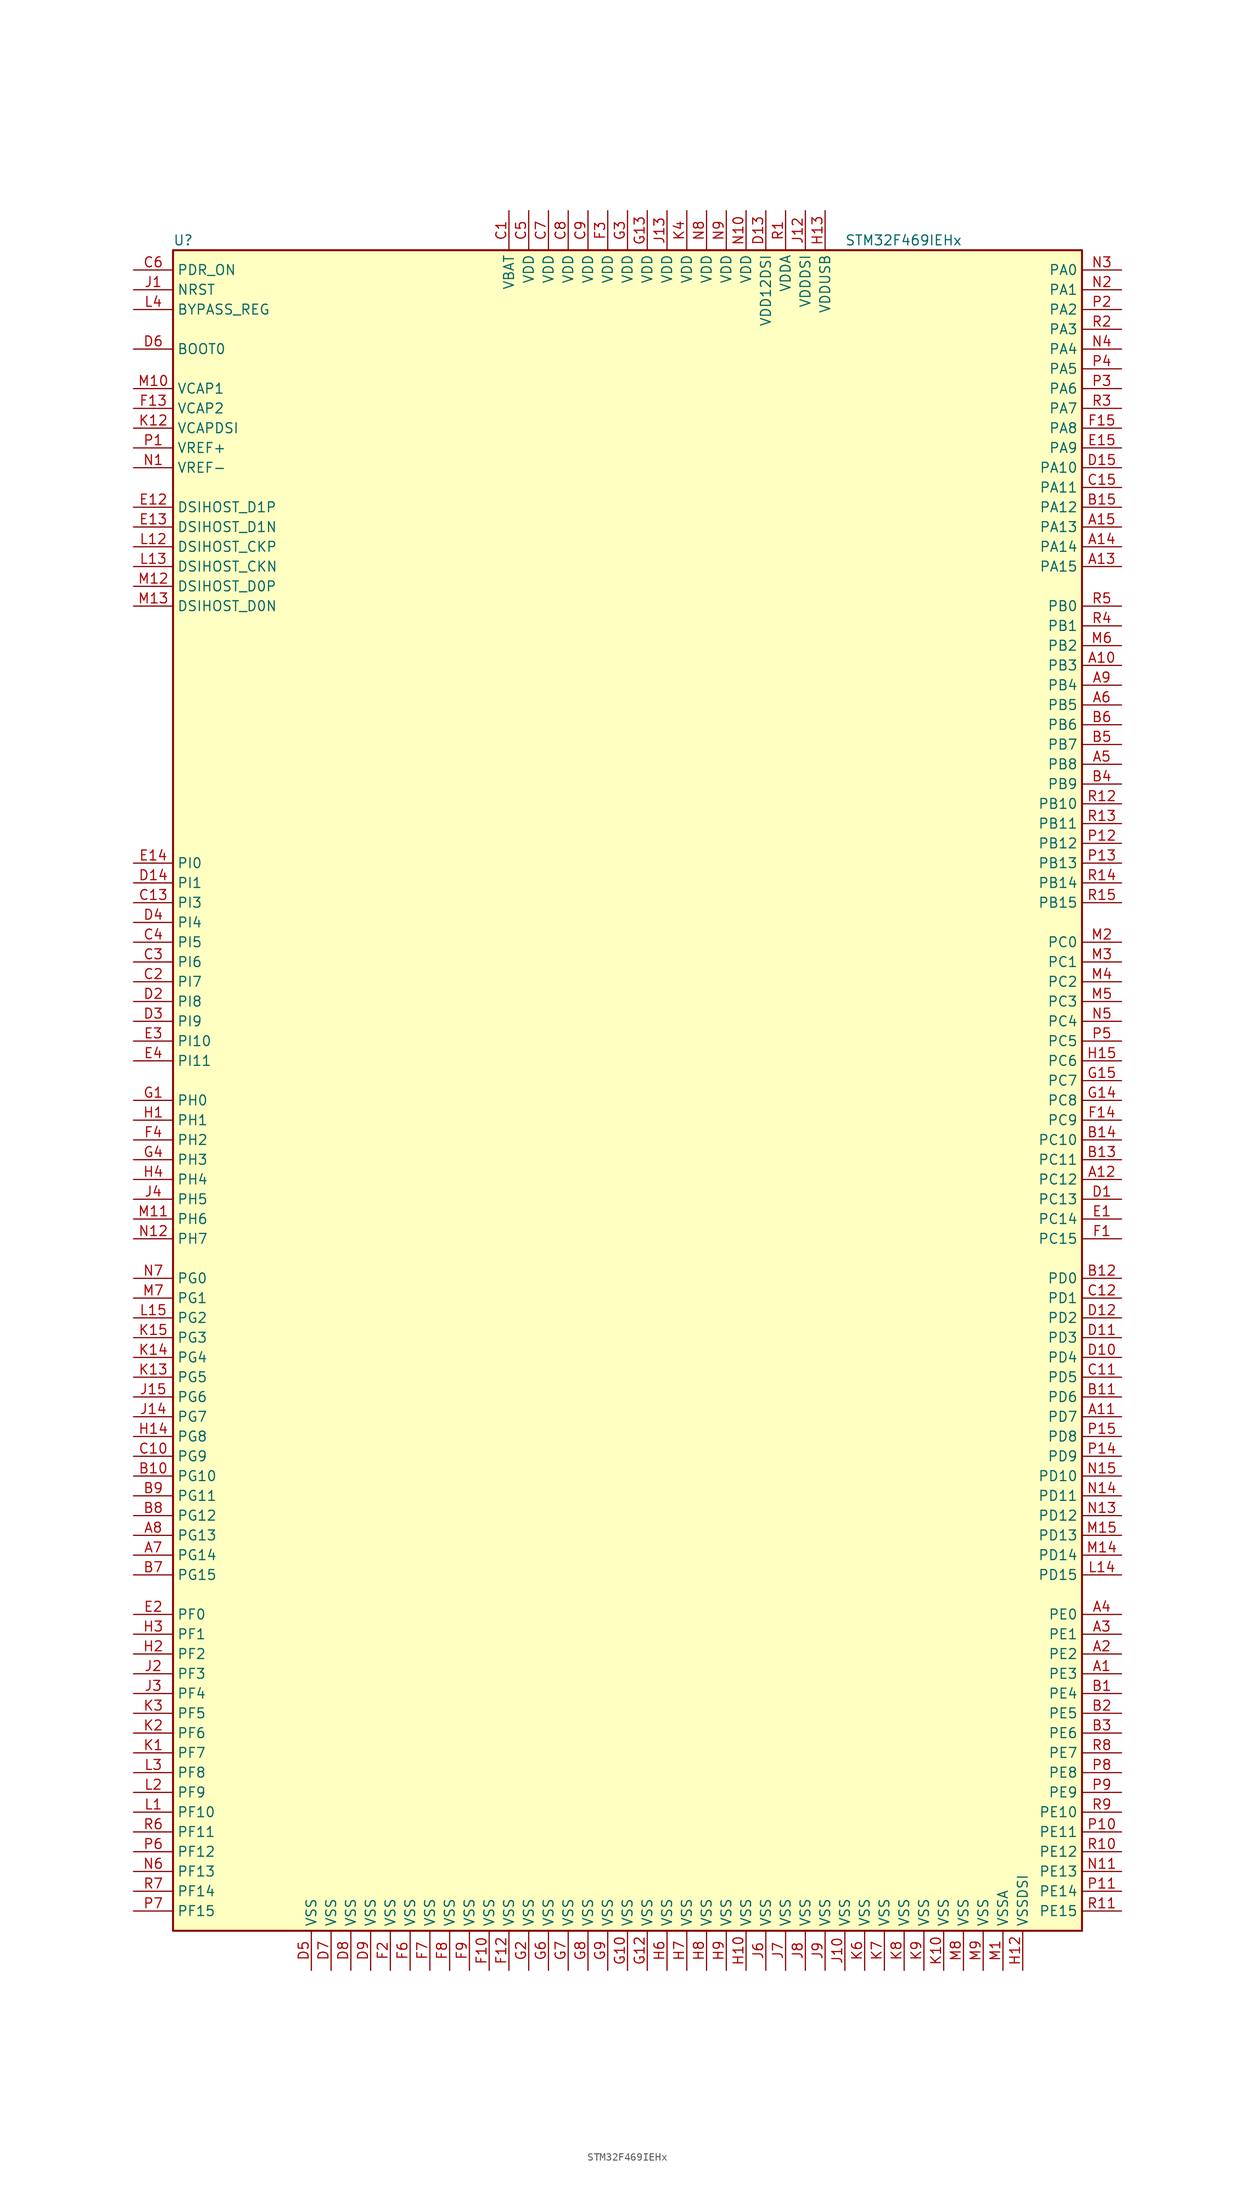
<source format=kicad_sym>
(kicad_symbol_lib
  (version 20201005)
  (generator kicad_symbol_editor)
  (symbol "MCU_ST_STM32F4:STM32F469IEHx"
    (property "Reference" "U"
      (at -58.42 107.95 0)
      (effects (font (size 1.27 1.27)) (justify left)))
    (property "Value" "STM32F469IEHx"
      (at 27.94 107.95 0)
      (effects (font (size 1.27 1.27)) (justify left)))
    (symbol "STM32F469IEHx_0_1"
      (rectangle (start -58.42 -109.22) (end 58.42 106.68) (stroke (width 0.254)) (fill (type background))))
    (symbol "STM32F469IEHx_1_1"
      (pin input line (at -63.5 93.98 0) (length 5.08) (name "BOOT0" (effects (font (size 1.27 1.27)))) (number "D6" (effects (font (size 1.27 1.27)))))
      (pin input line (at -63.5 99.06 0) (length 5.08) (name "BYPASS_REG" (effects (font (size 1.27 1.27)))) (number "L4" (effects (font (size 1.27 1.27)))))
      (pin bidirectional line (at -63.5 66.04 0) (length 5.08) (name "DSIHOST_CKN" (effects (font (size 1.27 1.27)))) (number "L13" (effects (font (size 1.27 1.27)))))
      (pin bidirectional line (at -63.5 68.58 0) (length 5.08) (name "DSIHOST_CKP" (effects (font (size 1.27 1.27)))) (number "L12" (effects (font (size 1.27 1.27)))))
      (pin bidirectional line (at -63.5 60.96 0) (length 5.08) (name "DSIHOST_D0N" (effects (font (size 1.27 1.27)))) (number "M13" (effects (font (size 1.27 1.27)))))
      (pin bidirectional line (at -63.5 63.5 0) (length 5.08) (name "DSIHOST_D0P" (effects (font (size 1.27 1.27)))) (number "M12" (effects (font (size 1.27 1.27)))))
      (pin bidirectional line (at -63.5 71.12 0) (length 5.08) (name "DSIHOST_D1N" (effects (font (size 1.27 1.27)))) (number "E13" (effects (font (size 1.27 1.27)))))
      (pin bidirectional line (at -63.5 73.66 0) (length 5.08) (name "DSIHOST_D1P" (effects (font (size 1.27 1.27)))) (number "E12" (effects (font (size 1.27 1.27)))))
      (pin no_connect line (at -58.42 -106.68 0) (length 5.08) hide (name "NC" (effects (font (size 1.27 1.27)))) (number "C14" (effects (font (size 1.27 1.27)))))
      (pin input line (at -63.5 101.6 0) (length 5.08) (name "NRST" (effects (font (size 1.27 1.27)))) (number "J1" (effects (font (size 1.27 1.27)))))
      (pin bidirectional line (at 63.5 104.14 180) (length 5.08) (name "PA0" (effects (font (size 1.27 1.27)))) (number "N3" (effects (font (size 1.27 1.27)))))
      (pin bidirectional line (at 63.5 101.6 180) (length 5.08) (name "PA1" (effects (font (size 1.27 1.27)))) (number "N2" (effects (font (size 1.27 1.27)))))
      (pin bidirectional line (at 63.5 78.74 180) (length 5.08) (name "PA10" (effects (font (size 1.27 1.27)))) (number "D15" (effects (font (size 1.27 1.27)))))
      (pin bidirectional line (at 63.5 76.2 180) (length 5.08) (name "PA11" (effects (font (size 1.27 1.27)))) (number "C15" (effects (font (size 1.27 1.27)))))
      (pin bidirectional line (at 63.5 73.66 180) (length 5.08) (name "PA12" (effects (font (size 1.27 1.27)))) (number "B15" (effects (font (size 1.27 1.27)))))
      (pin bidirectional line (at 63.5 71.12 180) (length 5.08) (name "PA13" (effects (font (size 1.27 1.27)))) (number "A15" (effects (font (size 1.27 1.27)))))
      (pin bidirectional line (at 63.5 68.58 180) (length 5.08) (name "PA14" (effects (font (size 1.27 1.27)))) (number "A14" (effects (font (size 1.27 1.27)))))
      (pin bidirectional line (at 63.5 66.04 180) (length 5.08) (name "PA15" (effects (font (size 1.27 1.27)))) (number "A13" (effects (font (size 1.27 1.27)))))
      (pin bidirectional line (at 63.5 99.06 180) (length 5.08) (name "PA2" (effects (font (size 1.27 1.27)))) (number "P2" (effects (font (size 1.27 1.27)))))
      (pin bidirectional line (at 63.5 96.52 180) (length 5.08) (name "PA3" (effects (font (size 1.27 1.27)))) (number "R2" (effects (font (size 1.27 1.27)))))
      (pin bidirectional line (at 63.5 93.98 180) (length 5.08) (name "PA4" (effects (font (size 1.27 1.27)))) (number "N4" (effects (font (size 1.27 1.27)))))
      (pin bidirectional line (at 63.5 91.44 180) (length 5.08) (name "PA5" (effects (font (size 1.27 1.27)))) (number "P4" (effects (font (size 1.27 1.27)))))
      (pin bidirectional line (at 63.5 88.9 180) (length 5.08) (name "PA6" (effects (font (size 1.27 1.27)))) (number "P3" (effects (font (size 1.27 1.27)))))
      (pin bidirectional line (at 63.5 86.36 180) (length 5.08) (name "PA7" (effects (font (size 1.27 1.27)))) (number "R3" (effects (font (size 1.27 1.27)))))
      (pin bidirectional line (at 63.5 83.82 180) (length 5.08) (name "PA8" (effects (font (size 1.27 1.27)))) (number "F15" (effects (font (size 1.27 1.27)))))
      (pin bidirectional line (at 63.5 81.28 180) (length 5.08) (name "PA9" (effects (font (size 1.27 1.27)))) (number "E15" (effects (font (size 1.27 1.27)))))
      (pin bidirectional line (at 63.5 60.96 180) (length 5.08) (name "PB0" (effects (font (size 1.27 1.27)))) (number "R5" (effects (font (size 1.27 1.27)))))
      (pin bidirectional line (at 63.5 58.42 180) (length 5.08) (name "PB1" (effects (font (size 1.27 1.27)))) (number "R4" (effects (font (size 1.27 1.27)))))
      (pin bidirectional line (at 63.5 35.56 180) (length 5.08) (name "PB10" (effects (font (size 1.27 1.27)))) (number "R12" (effects (font (size 1.27 1.27)))))
      (pin bidirectional line (at 63.5 33.02 180) (length 5.08) (name "PB11" (effects (font (size 1.27 1.27)))) (number "R13" (effects (font (size 1.27 1.27)))))
      (pin bidirectional line (at 63.5 30.48 180) (length 5.08) (name "PB12" (effects (font (size 1.27 1.27)))) (number "P12" (effects (font (size 1.27 1.27)))))
      (pin bidirectional line (at 63.5 27.94 180) (length 5.08) (name "PB13" (effects (font (size 1.27 1.27)))) (number "P13" (effects (font (size 1.27 1.27)))))
      (pin bidirectional line (at 63.5 25.4 180) (length 5.08) (name "PB14" (effects (font (size 1.27 1.27)))) (number "R14" (effects (font (size 1.27 1.27)))))
      (pin bidirectional line (at 63.5 22.86 180) (length 5.08) (name "PB15" (effects (font (size 1.27 1.27)))) (number "R15" (effects (font (size 1.27 1.27)))))
      (pin bidirectional line (at 63.5 55.88 180) (length 5.08) (name "PB2" (effects (font (size 1.27 1.27)))) (number "M6" (effects (font (size 1.27 1.27)))))
      (pin bidirectional line (at 63.5 53.34 180) (length 5.08) (name "PB3" (effects (font (size 1.27 1.27)))) (number "A10" (effects (font (size 1.27 1.27)))))
      (pin bidirectional line (at 63.5 50.8 180) (length 5.08) (name "PB4" (effects (font (size 1.27 1.27)))) (number "A9" (effects (font (size 1.27 1.27)))))
      (pin bidirectional line (at 63.5 48.26 180) (length 5.08) (name "PB5" (effects (font (size 1.27 1.27)))) (number "A6" (effects (font (size 1.27 1.27)))))
      (pin bidirectional line (at 63.5 45.72 180) (length 5.08) (name "PB6" (effects (font (size 1.27 1.27)))) (number "B6" (effects (font (size 1.27 1.27)))))
      (pin bidirectional line (at 63.5 43.18 180) (length 5.08) (name "PB7" (effects (font (size 1.27 1.27)))) (number "B5" (effects (font (size 1.27 1.27)))))
      (pin bidirectional line (at 63.5 40.64 180) (length 5.08) (name "PB8" (effects (font (size 1.27 1.27)))) (number "A5" (effects (font (size 1.27 1.27)))))
      (pin bidirectional line (at 63.5 38.1 180) (length 5.08) (name "PB9" (effects (font (size 1.27 1.27)))) (number "B4" (effects (font (size 1.27 1.27)))))
      (pin bidirectional line (at 63.5 17.78 180) (length 5.08) (name "PC0" (effects (font (size 1.27 1.27)))) (number "M2" (effects (font (size 1.27 1.27)))))
      (pin bidirectional line (at 63.5 15.24 180) (length 5.08) (name "PC1" (effects (font (size 1.27 1.27)))) (number "M3" (effects (font (size 1.27 1.27)))))
      (pin bidirectional line (at 63.5 -7.62 180) (length 5.08) (name "PC10" (effects (font (size 1.27 1.27)))) (number "B14" (effects (font (size 1.27 1.27)))))
      (pin bidirectional line (at 63.5 -10.16 180) (length 5.08) (name "PC11" (effects (font (size 1.27 1.27)))) (number "B13" (effects (font (size 1.27 1.27)))))
      (pin bidirectional line (at 63.5 -12.7 180) (length 5.08) (name "PC12" (effects (font (size 1.27 1.27)))) (number "A12" (effects (font (size 1.27 1.27)))))
      (pin bidirectional line (at 63.5 -15.24 180) (length 5.08) (name "PC13" (effects (font (size 1.27 1.27)))) (number "D1" (effects (font (size 1.27 1.27)))))
      (pin bidirectional line (at 63.5 -17.78 180) (length 5.08) (name "PC14" (effects (font (size 1.27 1.27)))) (number "E1" (effects (font (size 1.27 1.27)))))
      (pin bidirectional line (at 63.5 -20.32 180) (length 5.08) (name "PC15" (effects (font (size 1.27 1.27)))) (number "F1" (effects (font (size 1.27 1.27)))))
      (pin bidirectional line (at 63.5 12.7 180) (length 5.08) (name "PC2" (effects (font (size 1.27 1.27)))) (number "M4" (effects (font (size 1.27 1.27)))))
      (pin bidirectional line (at 63.5 10.16 180) (length 5.08) (name "PC3" (effects (font (size 1.27 1.27)))) (number "M5" (effects (font (size 1.27 1.27)))))
      (pin bidirectional line (at 63.5 7.62 180) (length 5.08) (name "PC4" (effects (font (size 1.27 1.27)))) (number "N5" (effects (font (size 1.27 1.27)))))
      (pin bidirectional line (at 63.5 5.08 180) (length 5.08) (name "PC5" (effects (font (size 1.27 1.27)))) (number "P5" (effects (font (size 1.27 1.27)))))
      (pin bidirectional line (at 63.5 2.54 180) (length 5.08) (name "PC6" (effects (font (size 1.27 1.27)))) (number "H15" (effects (font (size 1.27 1.27)))))
      (pin bidirectional line (at 63.5 0 180) (length 5.08) (name "PC7" (effects (font (size 1.27 1.27)))) (number "G15" (effects (font (size 1.27 1.27)))))
      (pin bidirectional line (at 63.5 -2.54 180) (length 5.08) (name "PC8" (effects (font (size 1.27 1.27)))) (number "G14" (effects (font (size 1.27 1.27)))))
      (pin bidirectional line (at 63.5 -5.08 180) (length 5.08) (name "PC9" (effects (font (size 1.27 1.27)))) (number "F14" (effects (font (size 1.27 1.27)))))
      (pin bidirectional line (at 63.5 -25.4 180) (length 5.08) (name "PD0" (effects (font (size 1.27 1.27)))) (number "B12" (effects (font (size 1.27 1.27)))))
      (pin bidirectional line (at 63.5 -27.94 180) (length 5.08) (name "PD1" (effects (font (size 1.27 1.27)))) (number "C12" (effects (font (size 1.27 1.27)))))
      (pin bidirectional line (at 63.5 -50.8 180) (length 5.08) (name "PD10" (effects (font (size 1.27 1.27)))) (number "N15" (effects (font (size 1.27 1.27)))))
      (pin bidirectional line (at 63.5 -53.34 180) (length 5.08) (name "PD11" (effects (font (size 1.27 1.27)))) (number "N14" (effects (font (size 1.27 1.27)))))
      (pin bidirectional line (at 63.5 -55.88 180) (length 5.08) (name "PD12" (effects (font (size 1.27 1.27)))) (number "N13" (effects (font (size 1.27 1.27)))))
      (pin bidirectional line (at 63.5 -58.42 180) (length 5.08) (name "PD13" (effects (font (size 1.27 1.27)))) (number "M15" (effects (font (size 1.27 1.27)))))
      (pin bidirectional line (at 63.5 -60.96 180) (length 5.08) (name "PD14" (effects (font (size 1.27 1.27)))) (number "M14" (effects (font (size 1.27 1.27)))))
      (pin bidirectional line (at 63.5 -63.5 180) (length 5.08) (name "PD15" (effects (font (size 1.27 1.27)))) (number "L14" (effects (font (size 1.27 1.27)))))
      (pin bidirectional line (at 63.5 -30.48 180) (length 5.08) (name "PD2" (effects (font (size 1.27 1.27)))) (number "D12" (effects (font (size 1.27 1.27)))))
      (pin bidirectional line (at 63.5 -33.02 180) (length 5.08) (name "PD3" (effects (font (size 1.27 1.27)))) (number "D11" (effects (font (size 1.27 1.27)))))
      (pin bidirectional line (at 63.5 -35.56 180) (length 5.08) (name "PD4" (effects (font (size 1.27 1.27)))) (number "D10" (effects (font (size 1.27 1.27)))))
      (pin bidirectional line (at 63.5 -38.1 180) (length 5.08) (name "PD5" (effects (font (size 1.27 1.27)))) (number "C11" (effects (font (size 1.27 1.27)))))
      (pin bidirectional line (at 63.5 -40.64 180) (length 5.08) (name "PD6" (effects (font (size 1.27 1.27)))) (number "B11" (effects (font (size 1.27 1.27)))))
      (pin bidirectional line (at 63.5 -43.18 180) (length 5.08) (name "PD7" (effects (font (size 1.27 1.27)))) (number "A11" (effects (font (size 1.27 1.27)))))
      (pin bidirectional line (at 63.5 -45.72 180) (length 5.08) (name "PD8" (effects (font (size 1.27 1.27)))) (number "P15" (effects (font (size 1.27 1.27)))))
      (pin bidirectional line (at 63.5 -48.26 180) (length 5.08) (name "PD9" (effects (font (size 1.27 1.27)))) (number "P14" (effects (font (size 1.27 1.27)))))
      (pin input line (at -63.5 104.14 0) (length 5.08) (name "PDR_ON" (effects (font (size 1.27 1.27)))) (number "C6" (effects (font (size 1.27 1.27)))))
      (pin bidirectional line (at 63.5 -68.58 180) (length 5.08) (name "PE0" (effects (font (size 1.27 1.27)))) (number "A4" (effects (font (size 1.27 1.27)))))
      (pin bidirectional line (at 63.5 -71.12 180) (length 5.08) (name "PE1" (effects (font (size 1.27 1.27)))) (number "A3" (effects (font (size 1.27 1.27)))))
      (pin bidirectional line (at 63.5 -93.98 180) (length 5.08) (name "PE10" (effects (font (size 1.27 1.27)))) (number "R9" (effects (font (size 1.27 1.27)))))
      (pin bidirectional line (at 63.5 -96.52 180) (length 5.08) (name "PE11" (effects (font (size 1.27 1.27)))) (number "P10" (effects (font (size 1.27 1.27)))))
      (pin bidirectional line (at 63.5 -99.06 180) (length 5.08) (name "PE12" (effects (font (size 1.27 1.27)))) (number "R10" (effects (font (size 1.27 1.27)))))
      (pin bidirectional line (at 63.5 -101.6 180) (length 5.08) (name "PE13" (effects (font (size 1.27 1.27)))) (number "N11" (effects (font (size 1.27 1.27)))))
      (pin bidirectional line (at 63.5 -104.14 180) (length 5.08) (name "PE14" (effects (font (size 1.27 1.27)))) (number "P11" (effects (font (size 1.27 1.27)))))
      (pin bidirectional line (at 63.5 -106.68 180) (length 5.08) (name "PE15" (effects (font (size 1.27 1.27)))) (number "R11" (effects (font (size 1.27 1.27)))))
      (pin bidirectional line (at 63.5 -73.66 180) (length 5.08) (name "PE2" (effects (font (size 1.27 1.27)))) (number "A2" (effects (font (size 1.27 1.27)))))
      (pin bidirectional line (at 63.5 -76.2 180) (length 5.08) (name "PE3" (effects (font (size 1.27 1.27)))) (number "A1" (effects (font (size 1.27 1.27)))))
      (pin bidirectional line (at 63.5 -78.74 180) (length 5.08) (name "PE4" (effects (font (size 1.27 1.27)))) (number "B1" (effects (font (size 1.27 1.27)))))
      (pin bidirectional line (at 63.5 -81.28 180) (length 5.08) (name "PE5" (effects (font (size 1.27 1.27)))) (number "B2" (effects (font (size 1.27 1.27)))))
      (pin bidirectional line (at 63.5 -83.82 180) (length 5.08) (name "PE6" (effects (font (size 1.27 1.27)))) (number "B3" (effects (font (size 1.27 1.27)))))
      (pin bidirectional line (at 63.5 -86.36 180) (length 5.08) (name "PE7" (effects (font (size 1.27 1.27)))) (number "R8" (effects (font (size 1.27 1.27)))))
      (pin bidirectional line (at 63.5 -88.9 180) (length 5.08) (name "PE8" (effects (font (size 1.27 1.27)))) (number "P8" (effects (font (size 1.27 1.27)))))
      (pin bidirectional line (at 63.5 -91.44 180) (length 5.08) (name "PE9" (effects (font (size 1.27 1.27)))) (number "P9" (effects (font (size 1.27 1.27)))))
      (pin bidirectional line (at -63.5 -68.58 0) (length 5.08) (name "PF0" (effects (font (size 1.27 1.27)))) (number "E2" (effects (font (size 1.27 1.27)))))
      (pin bidirectional line (at -63.5 -71.12 0) (length 5.08) (name "PF1" (effects (font (size 1.27 1.27)))) (number "H3" (effects (font (size 1.27 1.27)))))
      (pin bidirectional line (at -63.5 -93.98 0) (length 5.08) (name "PF10" (effects (font (size 1.27 1.27)))) (number "L1" (effects (font (size 1.27 1.27)))))
      (pin bidirectional line (at -63.5 -96.52 0) (length 5.08) (name "PF11" (effects (font (size 1.27 1.27)))) (number "R6" (effects (font (size 1.27 1.27)))))
      (pin bidirectional line (at -63.5 -99.06 0) (length 5.08) (name "PF12" (effects (font (size 1.27 1.27)))) (number "P6" (effects (font (size 1.27 1.27)))))
      (pin bidirectional line (at -63.5 -101.6 0) (length 5.08) (name "PF13" (effects (font (size 1.27 1.27)))) (number "N6" (effects (font (size 1.27 1.27)))))
      (pin bidirectional line (at -63.5 -104.14 0) (length 5.08) (name "PF14" (effects (font (size 1.27 1.27)))) (number "R7" (effects (font (size 1.27 1.27)))))
      (pin bidirectional line (at -63.5 -106.68 0) (length 5.08) (name "PF15" (effects (font (size 1.27 1.27)))) (number "P7" (effects (font (size 1.27 1.27)))))
      (pin bidirectional line (at -63.5 -73.66 0) (length 5.08) (name "PF2" (effects (font (size 1.27 1.27)))) (number "H2" (effects (font (size 1.27 1.27)))))
      (pin bidirectional line (at -63.5 -76.2 0) (length 5.08) (name "PF3" (effects (font (size 1.27 1.27)))) (number "J2" (effects (font (size 1.27 1.27)))))
      (pin bidirectional line (at -63.5 -78.74 0) (length 5.08) (name "PF4" (effects (font (size 1.27 1.27)))) (number "J3" (effects (font (size 1.27 1.27)))))
      (pin bidirectional line (at -63.5 -81.28 0) (length 5.08) (name "PF5" (effects (font (size 1.27 1.27)))) (number "K3" (effects (font (size 1.27 1.27)))))
      (pin bidirectional line (at -63.5 -83.82 0) (length 5.08) (name "PF6" (effects (font (size 1.27 1.27)))) (number "K2" (effects (font (size 1.27 1.27)))))
      (pin bidirectional line (at -63.5 -86.36 0) (length 5.08) (name "PF7" (effects (font (size 1.27 1.27)))) (number "K1" (effects (font (size 1.27 1.27)))))
      (pin bidirectional line (at -63.5 -88.9 0) (length 5.08) (name "PF8" (effects (font (size 1.27 1.27)))) (number "L3" (effects (font (size 1.27 1.27)))))
      (pin bidirectional line (at -63.5 -91.44 0) (length 5.08) (name "PF9" (effects (font (size 1.27 1.27)))) (number "L2" (effects (font (size 1.27 1.27)))))
      (pin bidirectional line (at -63.5 -25.4 0) (length 5.08) (name "PG0" (effects (font (size 1.27 1.27)))) (number "N7" (effects (font (size 1.27 1.27)))))
      (pin bidirectional line (at -63.5 -27.94 0) (length 5.08) (name "PG1" (effects (font (size 1.27 1.27)))) (number "M7" (effects (font (size 1.27 1.27)))))
      (pin bidirectional line (at -63.5 -50.8 0) (length 5.08) (name "PG10" (effects (font (size 1.27 1.27)))) (number "B10" (effects (font (size 1.27 1.27)))))
      (pin bidirectional line (at -63.5 -53.34 0) (length 5.08) (name "PG11" (effects (font (size 1.27 1.27)))) (number "B9" (effects (font (size 1.27 1.27)))))
      (pin bidirectional line (at -63.5 -55.88 0) (length 5.08) (name "PG12" (effects (font (size 1.27 1.27)))) (number "B8" (effects (font (size 1.27 1.27)))))
      (pin bidirectional line (at -63.5 -58.42 0) (length 5.08) (name "PG13" (effects (font (size 1.27 1.27)))) (number "A8" (effects (font (size 1.27 1.27)))))
      (pin bidirectional line (at -63.5 -60.96 0) (length 5.08) (name "PG14" (effects (font (size 1.27 1.27)))) (number "A7" (effects (font (size 1.27 1.27)))))
      (pin bidirectional line (at -63.5 -63.5 0) (length 5.08) (name "PG15" (effects (font (size 1.27 1.27)))) (number "B7" (effects (font (size 1.27 1.27)))))
      (pin bidirectional line (at -63.5 -30.48 0) (length 5.08) (name "PG2" (effects (font (size 1.27 1.27)))) (number "L15" (effects (font (size 1.27 1.27)))))
      (pin bidirectional line (at -63.5 -33.02 0) (length 5.08) (name "PG3" (effects (font (size 1.27 1.27)))) (number "K15" (effects (font (size 1.27 1.27)))))
      (pin bidirectional line (at -63.5 -35.56 0) (length 5.08) (name "PG4" (effects (font (size 1.27 1.27)))) (number "K14" (effects (font (size 1.27 1.27)))))
      (pin bidirectional line (at -63.5 -38.1 0) (length 5.08) (name "PG5" (effects (font (size 1.27 1.27)))) (number "K13" (effects (font (size 1.27 1.27)))))
      (pin bidirectional line (at -63.5 -40.64 0) (length 5.08) (name "PG6" (effects (font (size 1.27 1.27)))) (number "J15" (effects (font (size 1.27 1.27)))))
      (pin bidirectional line (at -63.5 -43.18 0) (length 5.08) (name "PG7" (effects (font (size 1.27 1.27)))) (number "J14" (effects (font (size 1.27 1.27)))))
      (pin bidirectional line (at -63.5 -45.72 0) (length 5.08) (name "PG8" (effects (font (size 1.27 1.27)))) (number "H14" (effects (font (size 1.27 1.27)))))
      (pin bidirectional line (at -63.5 -48.26 0) (length 5.08) (name "PG9" (effects (font (size 1.27 1.27)))) (number "C10" (effects (font (size 1.27 1.27)))))
      (pin input line (at -63.5 -2.54 0) (length 5.08) (name "PH0" (effects (font (size 1.27 1.27)))) (number "G1" (effects (font (size 1.27 1.27)))))
      (pin input line (at -63.5 -5.08 0) (length 5.08) (name "PH1" (effects (font (size 1.27 1.27)))) (number "H1" (effects (font (size 1.27 1.27)))))
      (pin bidirectional line (at -63.5 -7.62 0) (length 5.08) (name "PH2" (effects (font (size 1.27 1.27)))) (number "F4" (effects (font (size 1.27 1.27)))))
      (pin bidirectional line (at -63.5 -10.16 0) (length 5.08) (name "PH3" (effects (font (size 1.27 1.27)))) (number "G4" (effects (font (size 1.27 1.27)))))
      (pin bidirectional line (at -63.5 -12.7 0) (length 5.08) (name "PH4" (effects (font (size 1.27 1.27)))) (number "H4" (effects (font (size 1.27 1.27)))))
      (pin bidirectional line (at -63.5 -15.24 0) (length 5.08) (name "PH5" (effects (font (size 1.27 1.27)))) (number "J4" (effects (font (size 1.27 1.27)))))
      (pin bidirectional line (at -63.5 -17.78 0) (length 5.08) (name "PH6" (effects (font (size 1.27 1.27)))) (number "M11" (effects (font (size 1.27 1.27)))))
      (pin bidirectional line (at -63.5 -20.32 0) (length 5.08) (name "PH7" (effects (font (size 1.27 1.27)))) (number "N12" (effects (font (size 1.27 1.27)))))
      (pin bidirectional line (at -63.5 27.94 0) (length 5.08) (name "PI0" (effects (font (size 1.27 1.27)))) (number "E14" (effects (font (size 1.27 1.27)))))
      (pin bidirectional line (at -63.5 25.4 0) (length 5.08) (name "PI1" (effects (font (size 1.27 1.27)))) (number "D14" (effects (font (size 1.27 1.27)))))
      (pin bidirectional line (at -63.5 5.08 0) (length 5.08) (name "PI10" (effects (font (size 1.27 1.27)))) (number "E3" (effects (font (size 1.27 1.27)))))
      (pin bidirectional line (at -63.5 2.54 0) (length 5.08) (name "PI11" (effects (font (size 1.27 1.27)))) (number "E4" (effects (font (size 1.27 1.27)))))
      (pin bidirectional line (at -63.5 22.86 0) (length 5.08) (name "PI3" (effects (font (size 1.27 1.27)))) (number "C13" (effects (font (size 1.27 1.27)))))
      (pin bidirectional line (at -63.5 20.32 0) (length 5.08) (name "PI4" (effects (font (size 1.27 1.27)))) (number "D4" (effects (font (size 1.27 1.27)))))
      (pin bidirectional line (at -63.5 17.78 0) (length 5.08) (name "PI5" (effects (font (size 1.27 1.27)))) (number "C4" (effects (font (size 1.27 1.27)))))
      (pin bidirectional line (at -63.5 15.24 0) (length 5.08) (name "PI6" (effects (font (size 1.27 1.27)))) (number "C3" (effects (font (size 1.27 1.27)))))
      (pin bidirectional line (at -63.5 12.7 0) (length 5.08) (name "PI7" (effects (font (size 1.27 1.27)))) (number "C2" (effects (font (size 1.27 1.27)))))
      (pin bidirectional line (at -63.5 10.16 0) (length 5.08) (name "PI8" (effects (font (size 1.27 1.27)))) (number "D2" (effects (font (size 1.27 1.27)))))
      (pin bidirectional line (at -63.5 7.62 0) (length 5.08) (name "PI9" (effects (font (size 1.27 1.27)))) (number "D3" (effects (font (size 1.27 1.27)))))
      (pin power_in line (at -15.24 111.76 270) (length 5.08) (name "VBAT" (effects (font (size 1.27 1.27)))) (number "C1" (effects (font (size 1.27 1.27)))))
      (pin power_in line (at -63.5 88.9 0) (length 5.08) (name "VCAP1" (effects (font (size 1.27 1.27)))) (number "M10" (effects (font (size 1.27 1.27)))))
      (pin power_in line (at -63.5 86.36 0) (length 5.08) (name "VCAP2" (effects (font (size 1.27 1.27)))) (number "F13" (effects (font (size 1.27 1.27)))))
      (pin power_in line (at -63.5 83.82 0) (length 5.08) (name "VCAPDSI" (effects (font (size 1.27 1.27)))) (number "K12" (effects (font (size 1.27 1.27)))))
      (pin power_in line (at -12.7 111.76 270) (length 5.08) (name "VDD" (effects (font (size 1.27 1.27)))) (number "C5" (effects (font (size 1.27 1.27)))))
      (pin power_in line (at -10.16 111.76 270) (length 5.08) (name "VDD" (effects (font (size 1.27 1.27)))) (number "C7" (effects (font (size 1.27 1.27)))))
      (pin power_in line (at -7.62 111.76 270) (length 5.08) (name "VDD" (effects (font (size 1.27 1.27)))) (number "C8" (effects (font (size 1.27 1.27)))))
      (pin power_in line (at -5.08 111.76 270) (length 5.08) (name "VDD" (effects (font (size 1.27 1.27)))) (number "C9" (effects (font (size 1.27 1.27)))))
      (pin power_in line (at -2.54 111.76 270) (length 5.08) (name "VDD" (effects (font (size 1.27 1.27)))) (number "F3" (effects (font (size 1.27 1.27)))))
      (pin power_in line (at 2.54 111.76 270) (length 5.08) (name "VDD" (effects (font (size 1.27 1.27)))) (number "G13" (effects (font (size 1.27 1.27)))))
      (pin power_in line (at 0 111.76 270) (length 5.08) (name "VDD" (effects (font (size 1.27 1.27)))) (number "G3" (effects (font (size 1.27 1.27)))))
      (pin power_in line (at 5.08 111.76 270) (length 5.08) (name "VDD" (effects (font (size 1.27 1.27)))) (number "J13" (effects (font (size 1.27 1.27)))))
      (pin power_in line (at 7.62 111.76 270) (length 5.08) (name "VDD" (effects (font (size 1.27 1.27)))) (number "K4" (effects (font (size 1.27 1.27)))))
      (pin power_in line (at 15.24 111.76 270) (length 5.08) (name "VDD" (effects (font (size 1.27 1.27)))) (number "N10" (effects (font (size 1.27 1.27)))))
      (pin power_in line (at 10.16 111.76 270) (length 5.08) (name "VDD" (effects (font (size 1.27 1.27)))) (number "N8" (effects (font (size 1.27 1.27)))))
      (pin power_in line (at 12.7 111.76 270) (length 5.08) (name "VDD" (effects (font (size 1.27 1.27)))) (number "N9" (effects (font (size 1.27 1.27)))))
      (pin power_in line (at 17.78 111.76 270) (length 5.08) (name "VDD12DSI" (effects (font (size 1.27 1.27)))) (number "D13" (effects (font (size 1.27 1.27)))))
      (pin power_in line (at 20.32 111.76 270) (length 5.08) (name "VDDA" (effects (font (size 1.27 1.27)))) (number "R1" (effects (font (size 1.27 1.27)))))
      (pin power_in line (at 22.86 111.76 270) (length 5.08) (name "VDDDSI" (effects (font (size 1.27 1.27)))) (number "J12" (effects (font (size 1.27 1.27)))))
      (pin power_in line (at 25.4 111.76 270) (length 5.08) (name "VDDUSB" (effects (font (size 1.27 1.27)))) (number "H13" (effects (font (size 1.27 1.27)))))
      (pin power_in line (at -63.5 81.28 0) (length 5.08) (name "VREF+" (effects (font (size 1.27 1.27)))) (number "P1" (effects (font (size 1.27 1.27)))))
      (pin power_in line (at -63.5 78.74 0) (length 5.08) (name "VREF-" (effects (font (size 1.27 1.27)))) (number "N1" (effects (font (size 1.27 1.27)))))
      (pin power_in line (at -40.64 -114.3 90) (length 5.08) (name "VSS" (effects (font (size 1.27 1.27)))) (number "D5" (effects (font (size 1.27 1.27)))))
      (pin power_in line (at -38.1 -114.3 90) (length 5.08) (name "VSS" (effects (font (size 1.27 1.27)))) (number "D7" (effects (font (size 1.27 1.27)))))
      (pin power_in line (at -35.56 -114.3 90) (length 5.08) (name "VSS" (effects (font (size 1.27 1.27)))) (number "D8" (effects (font (size 1.27 1.27)))))
      (pin power_in line (at -33.02 -114.3 90) (length 5.08) (name "VSS" (effects (font (size 1.27 1.27)))) (number "D9" (effects (font (size 1.27 1.27)))))
      (pin power_in line (at -17.78 -114.3 90) (length 5.08) (name "VSS" (effects (font (size 1.27 1.27)))) (number "F10" (effects (font (size 1.27 1.27)))))
      (pin power_in line (at -15.24 -114.3 90) (length 5.08) (name "VSS" (effects (font (size 1.27 1.27)))) (number "F12" (effects (font (size 1.27 1.27)))))
      (pin power_in line (at -30.48 -114.3 90) (length 5.08) (name "VSS" (effects (font (size 1.27 1.27)))) (number "F2" (effects (font (size 1.27 1.27)))))
      (pin power_in line (at -27.94 -114.3 90) (length 5.08) (name "VSS" (effects (font (size 1.27 1.27)))) (number "F6" (effects (font (size 1.27 1.27)))))
      (pin power_in line (at -25.4 -114.3 90) (length 5.08) (name "VSS" (effects (font (size 1.27 1.27)))) (number "F7" (effects (font (size 1.27 1.27)))))
      (pin power_in line (at -22.86 -114.3 90) (length 5.08) (name "VSS" (effects (font (size 1.27 1.27)))) (number "F8" (effects (font (size 1.27 1.27)))))
      (pin power_in line (at -20.32 -114.3 90) (length 5.08) (name "VSS" (effects (font (size 1.27 1.27)))) (number "F9" (effects (font (size 1.27 1.27)))))
      (pin power_in line (at 0 -114.3 90) (length 5.08) (name "VSS" (effects (font (size 1.27 1.27)))) (number "G10" (effects (font (size 1.27 1.27)))))
      (pin power_in line (at 2.54 -114.3 90) (length 5.08) (name "VSS" (effects (font (size 1.27 1.27)))) (number "G12" (effects (font (size 1.27 1.27)))))
      (pin power_in line (at -12.7 -114.3 90) (length 5.08) (name "VSS" (effects (font (size 1.27 1.27)))) (number "G2" (effects (font (size 1.27 1.27)))))
      (pin power_in line (at -10.16 -114.3 90) (length 5.08) (name "VSS" (effects (font (size 1.27 1.27)))) (number "G6" (effects (font (size 1.27 1.27)))))
      (pin power_in line (at -7.62 -114.3 90) (length 5.08) (name "VSS" (effects (font (size 1.27 1.27)))) (number "G7" (effects (font (size 1.27 1.27)))))
      (pin power_in line (at -5.08 -114.3 90) (length 5.08) (name "VSS" (effects (font (size 1.27 1.27)))) (number "G8" (effects (font (size 1.27 1.27)))))
      (pin power_in line (at -2.54 -114.3 90) (length 5.08) (name "VSS" (effects (font (size 1.27 1.27)))) (number "G9" (effects (font (size 1.27 1.27)))))
      (pin power_in line (at 15.24 -114.3 90) (length 5.08) (name "VSS" (effects (font (size 1.27 1.27)))) (number "H10" (effects (font (size 1.27 1.27)))))
      (pin power_in line (at 5.08 -114.3 90) (length 5.08) (name "VSS" (effects (font (size 1.27 1.27)))) (number "H6" (effects (font (size 1.27 1.27)))))
      (pin power_in line (at 7.62 -114.3 90) (length 5.08) (name "VSS" (effects (font (size 1.27 1.27)))) (number "H7" (effects (font (size 1.27 1.27)))))
      (pin power_in line (at 10.16 -114.3 90) (length 5.08) (name "VSS" (effects (font (size 1.27 1.27)))) (number "H8" (effects (font (size 1.27 1.27)))))
      (pin power_in line (at 12.7 -114.3 90) (length 5.08) (name "VSS" (effects (font (size 1.27 1.27)))) (number "H9" (effects (font (size 1.27 1.27)))))
      (pin power_in line (at 27.94 -114.3 90) (length 5.08) (name "VSS" (effects (font (size 1.27 1.27)))) (number "J10" (effects (font (size 1.27 1.27)))))
      (pin power_in line (at 17.78 -114.3 90) (length 5.08) (name "VSS" (effects (font (size 1.27 1.27)))) (number "J6" (effects (font (size 1.27 1.27)))))
      (pin power_in line (at 20.32 -114.3 90) (length 5.08) (name "VSS" (effects (font (size 1.27 1.27)))) (number "J7" (effects (font (size 1.27 1.27)))))
      (pin power_in line (at 22.86 -114.3 90) (length 5.08) (name "VSS" (effects (font (size 1.27 1.27)))) (number "J8" (effects (font (size 1.27 1.27)))))
      (pin power_in line (at 25.4 -114.3 90) (length 5.08) (name "VSS" (effects (font (size 1.27 1.27)))) (number "J9" (effects (font (size 1.27 1.27)))))
      (pin power_in line (at 40.64 -114.3 90) (length 5.08) (name "VSS" (effects (font (size 1.27 1.27)))) (number "K10" (effects (font (size 1.27 1.27)))))
      (pin power_in line (at 30.48 -114.3 90) (length 5.08) (name "VSS" (effects (font (size 1.27 1.27)))) (number "K6" (effects (font (size 1.27 1.27)))))
      (pin power_in line (at 33.02 -114.3 90) (length 5.08) (name "VSS" (effects (font (size 1.27 1.27)))) (number "K7" (effects (font (size 1.27 1.27)))))
      (pin power_in line (at 35.56 -114.3 90) (length 5.08) (name "VSS" (effects (font (size 1.27 1.27)))) (number "K8" (effects (font (size 1.27 1.27)))))
      (pin power_in line (at 38.1 -114.3 90) (length 5.08) (name "VSS" (effects (font (size 1.27 1.27)))) (number "K9" (effects (font (size 1.27 1.27)))))
      (pin power_in line (at 43.18 -114.3 90) (length 5.08) (name "VSS" (effects (font (size 1.27 1.27)))) (number "M8" (effects (font (size 1.27 1.27)))))
      (pin power_in line (at 45.72 -114.3 90) (length 5.08) (name "VSS" (effects (font (size 1.27 1.27)))) (number "M9" (effects (font (size 1.27 1.27)))))
      (pin power_in line (at 48.26 -114.3 90) (length 5.08) (name "VSSA" (effects (font (size 1.27 1.27)))) (number "M1" (effects (font (size 1.27 1.27)))))
      (pin power_in line (at 50.8 -114.3 90) (length 5.08) (name "VSSDSI" (effects (font (size 1.27 1.27)))) (number "H12" (effects (font (size 1.27 1.27))))))))
</source>
